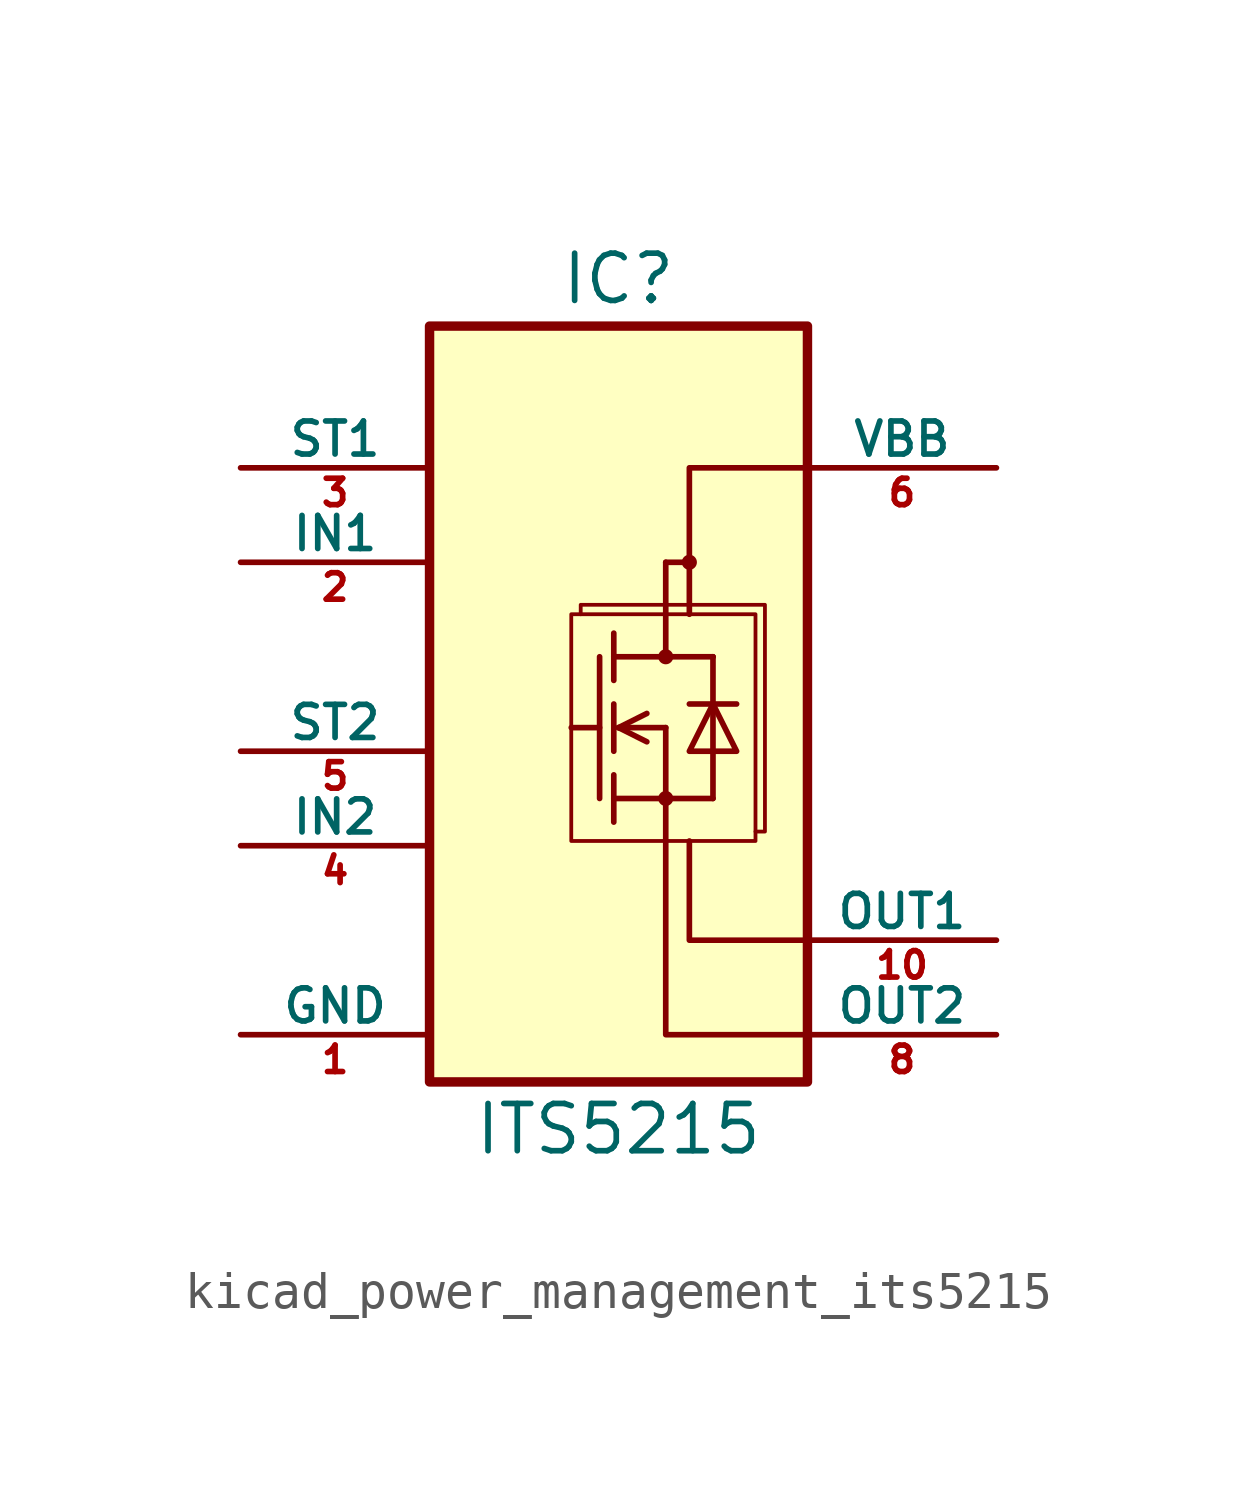
<source format=kicad_sym>
(kicad_symbol_lib
  (version 20220914)
  (generator kicad_symbol_editor)
  (symbol "kicad_power_management_its5215"
    (pin_names
      (offset 0))
    (property "Reference" "IC"
      (at 0 12.7 0)
      (effects (font (size 1.27 1.27))))
    (property "Value" "ITS5215"
      (at 0 -10.16 0)
      (effects (font (size 1.27 1.27))))
    (symbol "kicad_power_management_its5215_0_1"
      (rectangle (start -5.08 11.43) (end 5.08 -8.89) (stroke (width 0.254) (type default)) (fill (type background)))
      (rectangle (start -1.27 3.683) (end 3.683 -2.413) (stroke (width 0.102) (type default)) (fill (type none)))
      (polyline (pts (xy -1.27 0.635) (xy -0.508 0.635)) (stroke (width 0.152) (type default)) (fill (type none)))
      (polyline (pts (xy -0.508 2.54) (xy -0.508 -1.27)) (stroke (width 0.152) (type default)) (fill (type none)))
      (polyline (pts (xy -0.127 -1.27) (xy 2.54 -1.27)) (stroke (width 0.152) (type default)) (fill (type none)))
      (polyline (pts (xy -0.127 -0.635) (xy -0.127 -1.905)) (stroke (width 0.152) (type default)) (fill (type none)))
      (polyline (pts (xy -0.127 1.27) (xy -0.127 0)) (stroke (width 0.152) (type default)) (fill (type none)))
      (polyline (pts (xy -0.127 3.175) (xy -0.127 1.905)) (stroke (width 0.152) (type default)) (fill (type none)))
      (polyline (pts (xy 0 0.635) (xy 0.762 0.254)) (stroke (width 0.152) (type default)) (fill (type none)))
      (polyline (pts (xy 0 0.635) (xy 0.762 1.016)) (stroke (width 0.152) (type default)) (fill (type none)))
      (polyline (pts (xy 0 0.635) (xy 1.27 0.635)) (stroke (width 0.152) (type default)) (fill (type none)))
      (polyline (pts (xy 1.27 2.54) (xy 1.27 5.08)) (stroke (width 0) (type default)) (fill (type none)))
      (polyline (pts (xy 1.905 1.27) (xy 3.175 1.27)) (stroke (width 0.152) (type default)) (fill (type none)))
      (polyline (pts (xy 2.54 2.54) (xy -0.127 2.54)) (stroke (width 0.152) (type default)) (fill (type none)))
      (polyline (pts (xy 2.54 2.54) (xy 2.54 -1.27)) (stroke (width 0.152) (type default)) (fill (type none)))
      (polyline (pts (xy 2.54 2.54) (xy 2.54 2.54)) (stroke (width 0) (type default)) (fill (type none)))
      (polyline (pts (xy 1.27 0.635) (xy 1.27 0) (xy 1.27 -1.27)) (stroke (width 0.152) (type default)) (fill (type none)))
      (polyline (pts (xy 1.27 5.08) (xy 1.905 5.08) (xy 1.905 3.683)) (stroke (width 0.152) (type default)) (fill (type none)))
      (polyline (pts (xy 1.905 -2.413) (xy 1.905 -5.08) (xy 5.08 -5.08)) (stroke (width 0.152) (type default)) (fill (type none)))
      (polyline (pts (xy 5.08 -7.62) (xy 1.27 -7.62) (xy 1.27 -1.27)) (stroke (width 0.152) (type default)) (fill (type none)))
      (polyline (pts (xy 5.08 7.62) (xy 1.905 7.62) (xy 1.905 5.08)) (stroke (width 0.152) (type default)) (fill (type none)))
      (polyline (pts (xy 2.54 1.27) (xy 1.905 0) (xy 3.175 0) (xy 2.54 1.27)) (stroke (width 0.152) (type default)) (fill (type none)))
      (polyline (pts (xy -1.016 3.683) (xy -1.016 3.937) (xy 3.937 3.937) (xy 3.937 -2.159) (xy 3.683 -2.159)) (stroke (width 0.102) (type default)) (fill (type none)))
      (circle (center 1.27 -1.27) (radius 0.127) (stroke (width 0.152) (type default)) (fill (type none)))
      (circle (center 1.27 2.54) (radius 0.127) (stroke (width 0.152) (type default)) (fill (type none)))
      (circle (center 1.905 5.08) (radius 0.127) (stroke (width 0.152) (type default)) (fill (type none))))
    (symbol "kicad_power_management_its5215_1_1"
      (pin power_in line (at -10.16 -7.62 0) (length 5.08) (name "GND" (effects (font (size 0.889 0.889)))) (number "1" (effects (font (size 0.711 0.711)))))
      (pin open_emitter line (at 10.16 -5.08 180) (length 5.08) (name "OUT1" (effects (font (size 0.889 0.889)))) (number "10" (effects (font (size 0.711 0.711)))))
      (pin no_connect line (at 5.08 -2.54 180) (length 5.08) hide (name "NC" (effects (font (size 0.889 0.889)))) (number "11" (effects (font (size 0.711 0.711)))))
      (pin passive line (at 10.16 7.62 180) (length 5.08) hide (name "VBB" (effects (font (size 0.889 0.889)))) (number "12" (effects (font (size 0.711 0.711)))))
      (pin passive line (at 10.16 7.62 180) (length 5.08) hide (name "VBB" (effects (font (size 0.889 0.889)))) (number "13" (effects (font (size 0.711 0.711)))))
      (pin input line (at -10.16 5.08 0) (length 5.08) (name "IN1" (effects (font (size 0.889 0.889)))) (number "2" (effects (font (size 0.711 0.711)))))
      (pin open_collector line (at -10.16 7.62 0) (length 5.08) (name "ST1" (effects (font (size 0.889 0.889)))) (number "3" (effects (font (size 0.711 0.711)))))
      (pin input line (at -10.16 -2.54 0) (length 5.08) (name "IN2" (effects (font (size 0.889 0.889)))) (number "4" (effects (font (size 0.711 0.711)))))
      (pin open_collector line (at -10.16 0 0) (length 5.08) (name "ST2" (effects (font (size 0.889 0.889)))) (number "5" (effects (font (size 0.711 0.711)))))
      (pin power_in line (at 10.16 7.62 180) (length 5.08) (name "VBB" (effects (font (size 0.889 0.889)))) (number "6" (effects (font (size 0.711 0.711)))))
      (pin no_connect line (at 5.08 2.54 180) (length 5.08) hide (name "NC" (effects (font (size 0.889 0.889)))) (number "7" (effects (font (size 0.711 0.711)))))
      (pin open_emitter line (at 10.16 -7.62 180) (length 5.08) (name "OUT2" (effects (font (size 0.889 0.889)))) (number "8" (effects (font (size 0.711 0.711)))))
      (pin no_connect line (at 5.08 0 180) (length 5.08) hide (name "NC" (effects (font (size 0.889 0.889)))) (number "9" (effects (font (size 0.711 0.711))))))))
</source>
